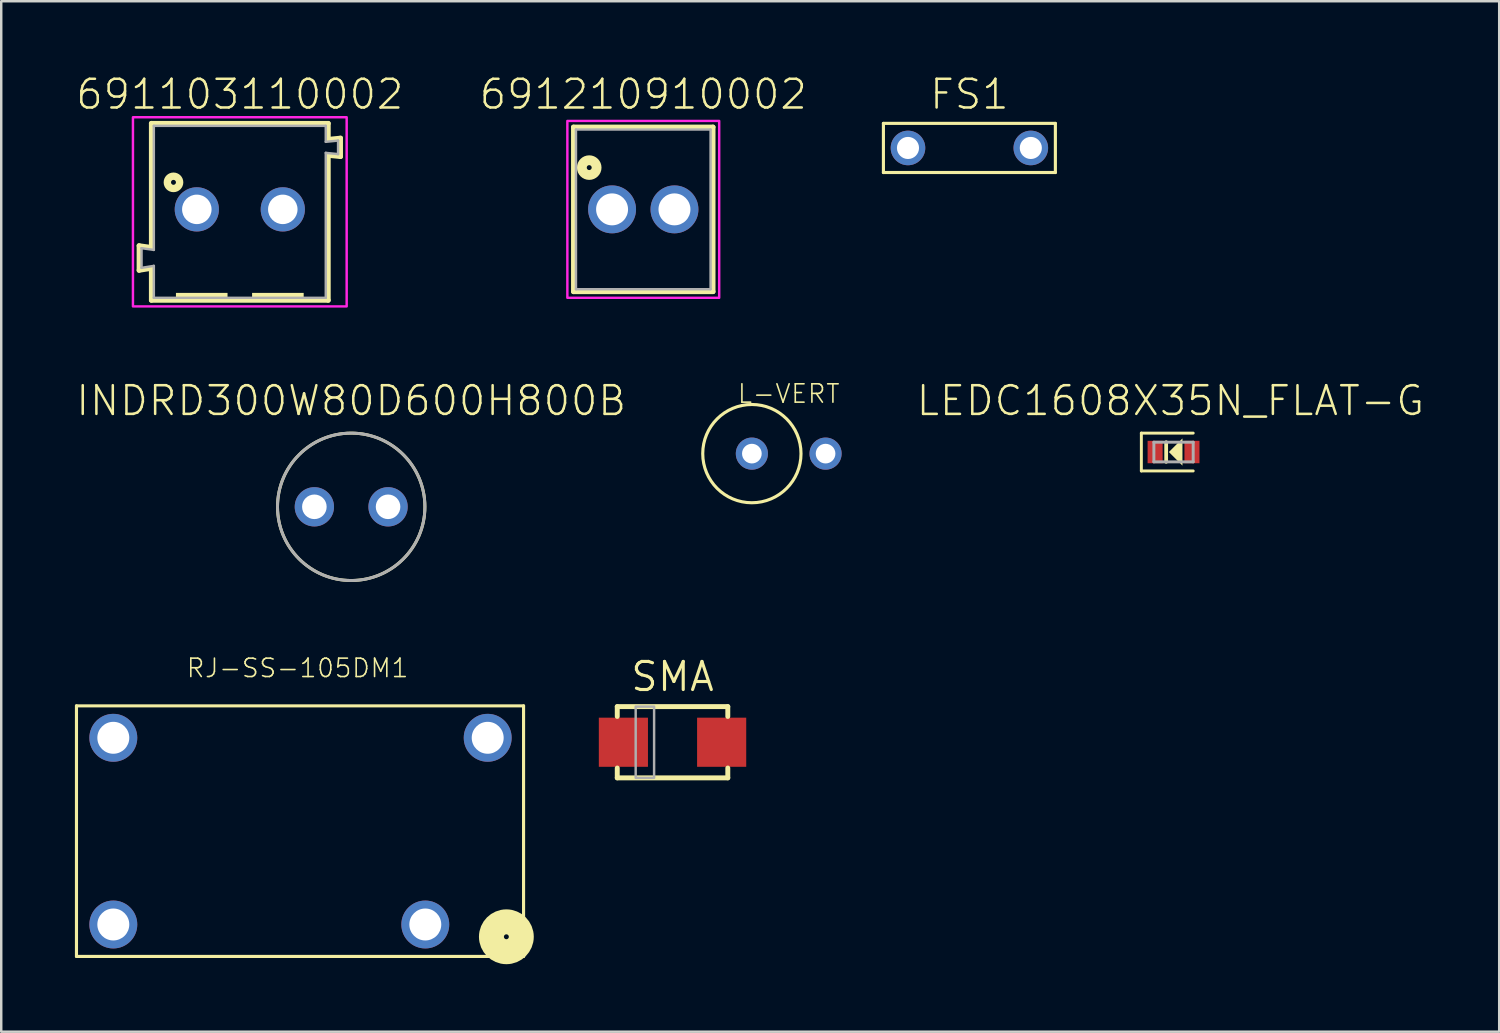
<source format=kicad_pcb>
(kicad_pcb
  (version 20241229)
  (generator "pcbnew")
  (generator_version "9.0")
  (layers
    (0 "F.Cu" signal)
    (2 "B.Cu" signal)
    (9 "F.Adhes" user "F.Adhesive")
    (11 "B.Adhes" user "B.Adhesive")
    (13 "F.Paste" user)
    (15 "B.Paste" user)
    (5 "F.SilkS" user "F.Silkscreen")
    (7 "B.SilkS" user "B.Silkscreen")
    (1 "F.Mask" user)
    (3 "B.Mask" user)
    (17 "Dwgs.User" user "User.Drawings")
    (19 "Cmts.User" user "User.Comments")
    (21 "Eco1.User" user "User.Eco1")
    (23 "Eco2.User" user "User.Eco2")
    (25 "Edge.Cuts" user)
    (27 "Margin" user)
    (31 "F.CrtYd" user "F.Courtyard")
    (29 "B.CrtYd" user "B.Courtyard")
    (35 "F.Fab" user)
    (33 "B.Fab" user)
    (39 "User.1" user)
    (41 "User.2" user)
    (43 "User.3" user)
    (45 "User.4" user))
  (footprint "INDRD300W80D600H800B"
    (layer "F.Cu")
    (at 11.247 17.581)
    (property "Reference" "INDRD300W80D600H800B" (at 0 -3.635 0) (layer "F.SilkS") (effects (font (size 1.168 1.168) (thickness 0.102)) (justify bottom)))
    (fp_circle (center 0 0) (end 3 0) (stroke (width 0.12) (type solid)) (fill no) (layer "F.SilkS"))
    (fp_circle (center 0 0) (end 3 0) (stroke (width 0.12) (type solid)) (fill no) (layer "F.Fab"))
    (pad "1" thru_hole circle (at -1.5 0) (size 1.6 1.6) (drill 1) (layers "*.Cu" "*.Mask"))
    (pad "2" thru_hole circle (at 1.5 0) (size 1.6 1.6) (drill 1) (layers "*.Cu" "*.Mask")))
  (footprint "691103110002"
    (layer "F.Cu")
    (at 6.712 5.473)
    (property "Reference" "691103110002" (at 0 -4 0) (layer "F.SilkS") (effects (font (size 1.168 1.168) (thickness 0.102)) (justify bottom)))
    (fp_line (start -4.1 1.48) (end -3.6 1.55) (stroke (width 0.2) (type solid)) (layer "F.SilkS"))
    (fp_line (start -4.1 2.48) (end -4.1 1.48) (stroke (width 0.2) (type solid)) (layer "F.SilkS"))
    (fp_line (start -3.6 -3.5) (end 3.6 -3.5) (stroke (width 0.2) (type solid)) (layer "F.SilkS"))
    (fp_line (start -3.6 1.55) (end -3.6 -3.5) (stroke (width 0.2) (type solid)) (layer "F.SilkS"))
    (fp_line (start -3.6 2.4) (end -4.1 2.48) (stroke (width 0.2) (type solid)) (layer "F.SilkS"))
    (fp_line (start -3.6 3.7) (end -3.6 2.4) (stroke (width 0.2) (type solid)) (layer "F.SilkS"))
    (fp_line (start 3.6 -3.5) (end 3.6 -2.85) (stroke (width 0.2) (type solid)) (layer "F.SilkS"))
    (fp_line (start 3.6 -2.85) (end 4.1 -2.9) (stroke (width 0.2) (type solid)) (layer "F.SilkS"))
    (fp_line (start 3.6 -2.2) (end 3.6 3.7) (stroke (width 0.2) (type solid)) (layer "F.SilkS"))
    (fp_line (start 3.6 3.7) (end -3.6 3.7) (stroke (width 0.2) (type solid)) (layer "F.SilkS"))
    (fp_line (start 4.1 -2.9) (end 4.1 -2.15) (stroke (width 0.2) (type solid)) (layer "F.SilkS"))
    (fp_line (start 4.1 -2.15) (end 3.6 -2.2) (stroke (width 0.2) (type solid)) (layer "F.SilkS"))
    (fp_circle (center -2.7 -1.1) (end -2.6 -1.1) (stroke (width 0.3) (type solid)) (fill no) (layer "F.SilkS"))
    (fp_poly (pts (xy -2.6 3.7) (xy -0.5 3.7) (xy -0.5 3.4) (xy -2.6 3.4)) (stroke (width 0) (type solid)) (fill yes) (layer "F.SilkS"))
    (fp_poly (pts (xy 0.5 3.7) (xy 2.6 3.7) (xy 2.6 3.4) (xy 0.5 3.4)) (stroke (width 0) (type solid)) (fill yes) (layer "F.SilkS"))
    (fp_poly (pts (xy 4.35 3.95) (xy -4.35 3.95) (xy -4.35 -3.75) (xy 4.35 -3.75)) (stroke (width 0.1) (type solid)) (fill no) (layer "F.CrtYd"))
    (fp_line (start -4 1.58) (end -4 2.38) (stroke (width 0.1) (type solid)) (layer "F.Fab"))
    (fp_line (start -3.5 -3.4) (end -3.5 1.65) (stroke (width 0.1) (type solid)) (layer "F.Fab"))
    (fp_line (start -3.5 1.65) (end -4 1.58) (stroke (width 0.1) (type solid)) (layer "F.Fab"))
    (fp_line (start -3.5 2.3) (end -4 2.38) (stroke (width 0.1) (type solid)) (layer "F.Fab"))
    (fp_line (start -3.5 2.3) (end -3.5 3.6) (stroke (width 0.1) (type solid)) (layer "F.Fab"))
    (fp_line (start -3.5 3.6) (end 3.5 3.6) (stroke (width 0.1) (type solid)) (layer "F.Fab"))
    (fp_line (start 3.5 -3.4) (end -3.5 -3.4) (stroke (width 0.1) (type solid)) (layer "F.Fab"))
    (fp_line (start 3.5 -3.4) (end 3.5 -2.75) (stroke (width 0.1) (type solid)) (layer "F.Fab"))
    (fp_line (start 3.5 -2.75) (end 4 -2.8) (stroke (width 0.1) (type solid)) (layer "F.Fab"))
    (fp_line (start 3.5 -2.3) (end 3.5 3.6) (stroke (width 0.1) (type solid)) (layer "F.Fab"))
    (fp_line (start 3.5 -2.3) (end 4 -2.25) (stroke (width 0.1) (type solid)) (layer "F.Fab"))
    (fp_line (start 4 -2.25) (end 4 -2.8) (stroke (width 0.1) (type solid)) (layer "F.Fab"))
    (pad "1" thru_hole circle (at -1.75 0) (size 1.8 1.8) (drill 1.2) (layers "*.Cu" "*.Mask"))
    (pad "2" thru_hole circle (at 1.75 0) (size 1.8 1.8) (drill 1.2) (layers "*.Cu" "*.Mask")))
  (footprint "SMA"
    (layer "F.Cu")
    (at 24.327 27.165)
    (property "Reference" "SMA" (at 0 -2 0) (layer "F.SilkS") (effects (font (size 1.143 1.143) (thickness 0.127)) (justify bottom)))
    (fp_line (start -2.25 -1.45) (end -2.25 -1.05) (stroke (width 0.2) (type solid)) (layer "F.SilkS"))
    (fp_line (start -2.25 -1.45) (end 2.25 -1.45) (stroke (width 0.2) (type solid)) (layer "F.SilkS"))
    (fp_line (start -2.25 1.45) (end -2.25 1.05) (stroke (width 0.2) (type solid)) (layer "F.SilkS"))
    (fp_line (start 2.25 -1.45) (end 2.25 -1.05) (stroke (width 0.2) (type solid)) (layer "F.SilkS"))
    (fp_line (start 2.25 1.45) (end -2.25 1.45) (stroke (width 0.2) (type solid)) (layer "F.SilkS"))
    (fp_line (start 2.25 1.45) (end 2.25 1.05) (stroke (width 0.2) (type solid)) (layer "F.SilkS"))
    (fp_poly (pts (xy -1.5 1.45) (xy -0.75 1.45) (xy -0.75 -1.45) (xy -1.5 -1.45)) (stroke (width 0.1) (type solid)) (fill no) (layer "F.Fab"))
    (pad "A" smd rect (at 2 0) (size 2 2) (layers "F.Cu" "F.Mask" "F.Paste"))
    (pad "C" smd rect (at -2 0) (size 2 2) (layers "F.Cu" "F.Mask" "F.Paste")))
  (footprint "L-VERT"
    (layer "F.Cu")
    (at 27.557 15.416)
    (property "Reference" "L-VERT" (at 1.5 -2 0) (layer "F.SilkS") (effects (font (size 0.748 0.748) (thickness 0.065)) (justify bottom)))
    (fp_circle (center 0 0) (end 2 0) (stroke (width 0.127) (type solid)) (fill no) (layer "F.SilkS"))
    (pad "P$1" thru_hole circle (at 0 0) (size 1.308 1.308) (drill 0.8) (layers "*.Cu" "*.Mask"))
    (pad "P$2" thru_hole circle (at 3 0) (size 1.308 1.308) (drill 0.8) (layers "*.Cu" "*.Mask")))
  (footprint "FS1"
    (layer "F.Cu")
    (at 36.412 2.973)
    (property "Reference" "FS1" (at 0 -1.5 0) (layer "F.SilkS") (effects (font (size 1.168 1.168) (thickness 0.102)) (justify bottom)))
    (fp_line (start -3.5 -1) (end 3.5 -1) (stroke (width 0.127) (type solid)) (layer "F.SilkS"))
    (fp_line (start -3.5 1) (end -3.5 -1) (stroke (width 0.127) (type solid)) (layer "F.SilkS"))
    (fp_line (start 3.5 -1) (end 3.5 1) (stroke (width 0.127) (type solid)) (layer "F.SilkS"))
    (fp_line (start 3.5 1) (end -3.5 1) (stroke (width 0.127) (type solid)) (layer "F.SilkS"))
    (pad "P$1" thru_hole circle (at -2.5 0) (size 1.408 1.408) (drill 0.9) (layers "*.Cu" "*.Mask"))
    (pad "P$2" thru_hole circle (at 2.5 0) (size 1.408 1.408) (drill 0.9) (layers "*.Cu" "*.Mask")))
  (footprint "691210910002"
    (layer "F.Cu")
    (at 23.136 5.473)
    (property "Reference" "691210910002" (at 0 -4 0) (layer "F.SilkS") (effects (font (size 1.168 1.168) (thickness 0.102)) (justify bottom)))
    (fp_line (start -2.84 -3.35) (end 2.84 -3.35) (stroke (width 0.2) (type solid)) (layer "F.SilkS"))
    (fp_line (start -2.84 3.35) (end -2.84 -3.35) (stroke (width 0.2) (type solid)) (layer "F.SilkS"))
    (fp_line (start 2.84 -3.35) (end 2.84 3.35) (stroke (width 0.2) (type solid)) (layer "F.SilkS"))
    (fp_line (start 2.84 3.35) (end -2.84 3.35) (stroke (width 0.2) (type solid)) (layer "F.SilkS"))
    (fp_circle (center -2.2 -1.7) (end -2.1 -1.7) (stroke (width 0.4) (type solid)) (fill no) (layer "F.SilkS"))
    (fp_poly (pts (xy 3.09 3.6) (xy -3.09 3.6) (xy -3.09 -3.6) (xy 3.09 -3.6)) (stroke (width 0.1) (type solid)) (fill no) (layer "F.CrtYd"))
    (fp_line (start -2.74 -3.25) (end -2.74 3.25) (stroke (width 0.1) (type solid)) (layer "F.Fab"))
    (fp_line (start -2.74 3.25) (end 2.74 3.25) (stroke (width 0.1) (type solid)) (layer "F.Fab"))
    (fp_line (start 2.74 -3.25) (end -2.74 -3.25) (stroke (width 0.1) (type solid)) (layer "F.Fab"))
    (fp_line (start 2.74 3.25) (end 2.74 -3.25) (stroke (width 0.1) (type solid)) (layer "F.Fab"))
    (pad "1" thru_hole circle (at -1.27 0) (size 1.95 1.95) (drill 1.3) (layers "*.Cu" "*.Mask"))
    (pad "2" thru_hole circle (at 1.27 0) (size 1.95 1.95) (drill 1.3) (layers "*.Cu" "*.Mask")))
  (footprint "LEDC1608X35N_FLAT-G"
    (layer "F.Cu")
    (at 44.722 15.351)
    (property "Reference" "LEDC1608X35N_FLAT-G" (at -0.127 -1.405 0) (layer "F.SilkS") (effects (font (size 1.168 1.168) (thickness 0.102)) (justify bottom)))
    (fp_line (start -1.31 -0.77) (end -1.31 0.77) (stroke (width 0.12) (type solid)) (layer "F.SilkS"))
    (fp_line (start -1.31 -0.77) (end 0.8 -0.77) (stroke (width 0.12) (type solid)) (layer "F.SilkS"))
    (fp_line (start -1.31 0.77) (end 0.8 0.77) (stroke (width 0.12) (type solid)) (layer "F.SilkS"))
    (fp_line (start -0.3 -0.4) (end -0.3 0.4) (stroke (width 0.152) (type solid)) (layer "F.SilkS"))
    (fp_poly (pts (xy 0.363 0.553) (xy -0.19 0) (xy 0.363 -0.553)) (stroke (width 0) (type solid)) (fill yes) (layer "F.SilkS"))
    (fp_line (start -0.8 -0.4) (end 0.8 -0.4) (stroke (width 0.12) (type solid)) (layer "F.Fab"))
    (fp_line (start -0.8 0.4) (end -0.8 -0.4) (stroke (width 0.12) (type solid)) (layer "F.Fab"))
    (fp_line (start 0.8 -0.4) (end 0.8 0.4) (stroke (width 0.12) (type solid)) (layer "F.Fab"))
    (fp_line (start 0.8 0.4) (end -0.8 0.4) (stroke (width 0.12) (type solid)) (layer "F.Fab"))
    (pad "A" smd rect (at 0.75 0) (size 0.612 0.912) (layers "F.Cu" "F.Mask" "F.Paste"))
    (pad "C" smd rect (at -0.75 0) (size 0.612 0.912) (layers "F.Cu" "F.Mask" "F.Paste")))
  (footprint "RJ-SS-105DM1"
    (layer "F.Cu")
    (at 9.063 31.084)
    (property "Reference" "RJ-SS-105DM1" (at 0 -6.5 0) (layer "F.SilkS") (effects (font (size 0.748 0.748) (thickness 0.065)) (justify bottom)))
    (fp_line (start -9 -5.4) (end -9 4.8) (stroke (width 0.127) (type solid)) (layer "F.SilkS"))
    (fp_line (start -9 4.8) (end 9.2 4.8) (stroke (width 0.127) (type solid)) (layer "F.SilkS"))
    (fp_line (start 9.2 -5.4) (end -9 -5.4) (stroke (width 0.127) (type solid)) (layer "F.SilkS"))
    (fp_line (start 9.2 4.8) (end 9.2 -5.4) (stroke (width 0.127) (type solid)) (layer "F.SilkS"))
    (fp_circle (center 8.5 4) (end 8.6 4) (stroke (width 1.016) (type solid)) (fill no) (layer "F.SilkS"))
    (pad "P$1" thru_hole circle (at -7.5 -4.1) (size 1.95 1.95) (drill 1.3) (layers "*.Cu" "*.Mask"))
    (pad "P$2" thru_hole circle (at -7.5 3.5) (size 1.95 1.95) (drill 1.3) (layers "*.Cu" "*.Mask"))
    (pad "P$3" thru_hole circle (at 5.2 3.5) (size 1.95 1.95) (drill 1.3) (layers "*.Cu" "*.Mask"))
    (pad "P$4" thru_hole circle (at 7.74 -4.1) (size 1.95 1.95) (drill 1.3) (layers "*.Cu" "*.Mask")))
  (gr_rect
    (start -3 -3)
    (end 57.979 38.948)
    (stroke (width 0.1) (type default))
    (fill no)
    (layer "Edge.Cuts")))
</source>
